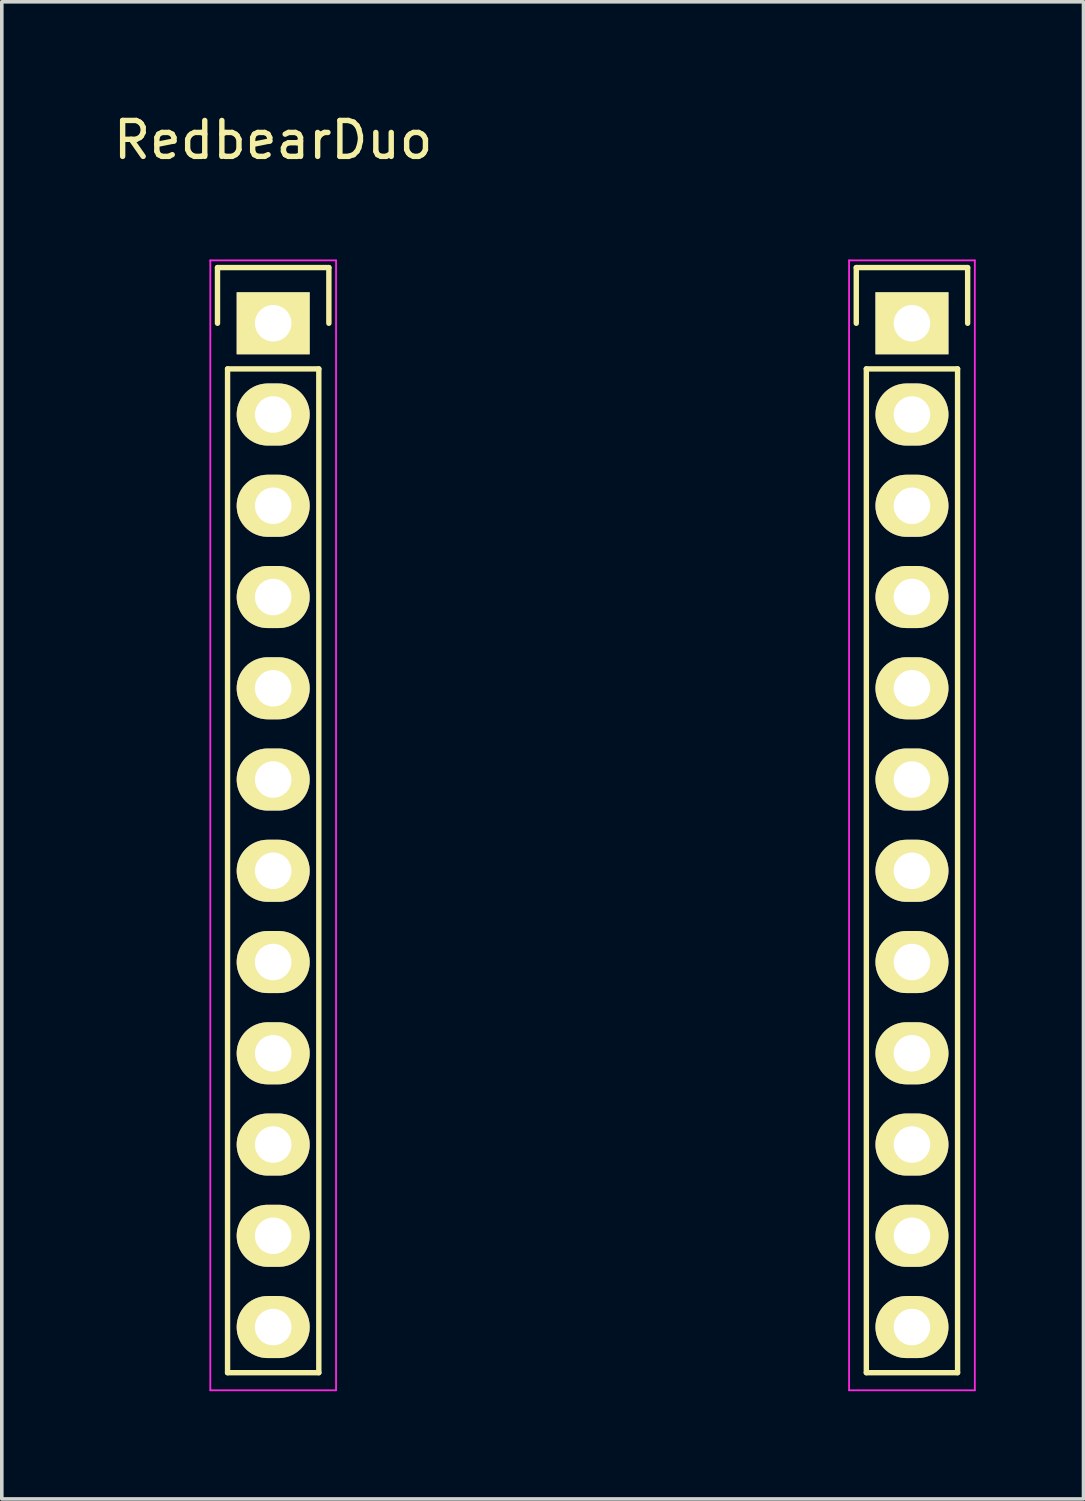
<source format=kicad_pcb>
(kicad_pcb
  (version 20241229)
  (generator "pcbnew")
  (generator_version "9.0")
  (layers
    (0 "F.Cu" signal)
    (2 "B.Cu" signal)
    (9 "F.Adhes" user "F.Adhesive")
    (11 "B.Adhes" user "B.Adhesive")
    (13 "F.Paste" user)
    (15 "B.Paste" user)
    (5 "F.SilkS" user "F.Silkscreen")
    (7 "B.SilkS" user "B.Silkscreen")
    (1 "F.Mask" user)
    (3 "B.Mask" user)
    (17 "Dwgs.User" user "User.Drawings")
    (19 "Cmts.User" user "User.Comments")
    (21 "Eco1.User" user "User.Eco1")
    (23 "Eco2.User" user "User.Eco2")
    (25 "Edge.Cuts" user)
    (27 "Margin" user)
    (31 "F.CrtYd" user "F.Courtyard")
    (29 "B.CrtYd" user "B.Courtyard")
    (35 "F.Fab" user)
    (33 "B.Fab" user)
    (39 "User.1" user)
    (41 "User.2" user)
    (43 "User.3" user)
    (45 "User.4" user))
  (footprint "RedbearDuo"
    (layer "F.Cu")
    (at 4.554 5.948)
    (property "Reference" "RedbearDuo" (at 0 -5.1 0) (layer "F.SilkS") (effects (font (size 1 1) (thickness 0.15))))
    (attr through_hole)
    (fp_line (start -1.55 -1.55) (end 1.55 -1.55) (stroke (width 0.15) (type solid)) (layer "F.SilkS"))
    (fp_line (start -1.55 0) (end -1.55 -1.55) (stroke (width 0.15) (type solid)) (layer "F.SilkS"))
    (fp_line (start -1.27 29.21) (end -1.27 1.27) (stroke (width 0.15) (type solid)) (layer "F.SilkS"))
    (fp_line (start 1.27 1.27) (end -1.27 1.27) (stroke (width 0.15) (type solid)) (layer "F.SilkS"))
    (fp_line (start 1.27 1.27) (end 1.27 29.21) (stroke (width 0.15) (type solid)) (layer "F.SilkS"))
    (fp_line (start 1.27 29.21) (end -1.27 29.21) (stroke (width 0.15) (type solid)) (layer "F.SilkS"))
    (fp_line (start 1.55 -1.55) (end 1.55 0) (stroke (width 0.15) (type solid)) (layer "F.SilkS"))
    (fp_line (start 16.23 -1.55) (end 19.33 -1.55) (stroke (width 0.15) (type solid)) (layer "F.SilkS"))
    (fp_line (start 16.23 0) (end 16.23 -1.55) (stroke (width 0.15) (type solid)) (layer "F.SilkS"))
    (fp_line (start 16.51 29.21) (end 16.51 1.27) (stroke (width 0.15) (type solid)) (layer "F.SilkS"))
    (fp_line (start 19.05 1.27) (end 16.51 1.27) (stroke (width 0.15) (type solid)) (layer "F.SilkS"))
    (fp_line (start 19.05 1.27) (end 19.05 29.21) (stroke (width 0.15) (type solid)) (layer "F.SilkS"))
    (fp_line (start 19.05 29.21) (end 16.51 29.21) (stroke (width 0.15) (type solid)) (layer "F.SilkS"))
    (fp_line (start 19.33 -1.55) (end 19.33 0) (stroke (width 0.15) (type solid)) (layer "F.SilkS"))
    (fp_line (start -1.75 -1.75) (end -1.75 29.7) (stroke (width 0.05) (type solid)) (layer "F.CrtYd"))
    (fp_line (start -1.75 -1.75) (end 1.75 -1.75) (stroke (width 0.05) (type solid)) (layer "F.CrtYd"))
    (fp_line (start -1.75 29.7) (end 1.75 29.7) (stroke (width 0.05) (type solid)) (layer "F.CrtYd"))
    (fp_line (start 1.75 -1.75) (end 1.75 29.7) (stroke (width 0.05) (type solid)) (layer "F.CrtYd"))
    (fp_line (start 16.03 -1.75) (end 16.03 29.7) (stroke (width 0.05) (type solid)) (layer "F.CrtYd"))
    (fp_line (start 16.03 -1.75) (end 19.53 -1.75) (stroke (width 0.05) (type solid)) (layer "F.CrtYd"))
    (fp_line (start 16.03 29.7) (end 19.53 29.7) (stroke (width 0.05) (type solid)) (layer "F.CrtYd"))
    (fp_line (start 19.53 -1.75) (end 19.53 29.7) (stroke (width 0.05) (type solid)) (layer "F.CrtYd"))
    (pad "1" thru_hole rect (at 0 0) (size 2.032 1.727) (drill 1.016) (layers "*.Cu" "*.Mask" "F.SilkS"))
    (pad "2" thru_hole oval (at 0 2.54) (size 2.032 1.727) (drill 1.016) (layers "*.Cu" "*.Mask" "F.SilkS"))
    (pad "3" thru_hole oval (at 0 5.08) (size 2.032 1.727) (drill 1.016) (layers "*.Cu" "*.Mask" "F.SilkS"))
    (pad "4" thru_hole oval (at 0 7.62) (size 2.032 1.727) (drill 1.016) (layers "*.Cu" "*.Mask" "F.SilkS"))
    (pad "5" thru_hole oval (at 0 10.16) (size 2.032 1.727) (drill 1.016) (layers "*.Cu" "*.Mask" "F.SilkS"))
    (pad "6" thru_hole oval (at 0 12.7) (size 2.032 1.727) (drill 1.016) (layers "*.Cu" "*.Mask" "F.SilkS"))
    (pad "7" thru_hole oval (at 0 15.24) (size 2.032 1.727) (drill 1.016) (layers "*.Cu" "*.Mask" "F.SilkS"))
    (pad "8" thru_hole oval (at 0 17.78) (size 2.032 1.727) (drill 1.016) (layers "*.Cu" "*.Mask" "F.SilkS"))
    (pad "9" thru_hole oval (at 0 20.32) (size 2.032 1.727) (drill 1.016) (layers "*.Cu" "*.Mask" "F.SilkS"))
    (pad "10" thru_hole oval (at 0 22.86) (size 2.032 1.727) (drill 1.016) (layers "*.Cu" "*.Mask" "F.SilkS"))
    (pad "11" thru_hole oval (at 0 25.4) (size 2.032 1.727) (drill 1.016) (layers "*.Cu" "*.Mask" "F.SilkS"))
    (pad "12" thru_hole oval (at 0 27.94) (size 2.032 1.727) (drill 1.016) (layers "*.Cu" "*.Mask" "F.SilkS"))
    (pad "13" thru_hole oval (at 17.78 27.94) (size 2.032 1.727) (drill 1.016) (layers "*.Cu" "*.Mask" "F.SilkS"))
    (pad "14" thru_hole oval (at 17.78 25.4) (size 2.032 1.727) (drill 1.016) (layers "*.Cu" "*.Mask" "F.SilkS"))
    (pad "15" thru_hole oval (at 17.78 22.86) (size 2.032 1.727) (drill 1.016) (layers "*.Cu" "*.Mask" "F.SilkS"))
    (pad "16" thru_hole oval (at 17.78 20.32) (size 2.032 1.727) (drill 1.016) (layers "*.Cu" "*.Mask" "F.SilkS"))
    (pad "17" thru_hole oval (at 17.78 17.78) (size 2.032 1.727) (drill 1.016) (layers "*.Cu" "*.Mask" "F.SilkS"))
    (pad "18" thru_hole oval (at 17.78 15.24) (size 2.032 1.727) (drill 1.016) (layers "*.Cu" "*.Mask" "F.SilkS"))
    (pad "19" thru_hole oval (at 17.78 12.7) (size 2.032 1.727) (drill 1.016) (layers "*.Cu" "*.Mask" "F.SilkS"))
    (pad "20" thru_hole oval (at 17.78 10.16) (size 2.032 1.727) (drill 1.016) (layers "*.Cu" "*.Mask" "F.SilkS"))
    (pad "21" thru_hole oval (at 17.78 7.62) (size 2.032 1.727) (drill 1.016) (layers "*.Cu" "*.Mask" "F.SilkS"))
    (pad "22" thru_hole oval (at 17.78 5.08) (size 2.032 1.727) (drill 1.016) (layers "*.Cu" "*.Mask" "F.SilkS"))
    (pad "23" thru_hole oval (at 17.78 2.54) (size 2.032 1.727) (drill 1.016) (layers "*.Cu" "*.Mask" "F.SilkS"))
    (pad "24" thru_hole rect (at 17.78 0) (size 2.032 1.727) (drill 1.016) (layers "*.Cu" "*.Mask" "F.SilkS")))
  (gr_rect
    (start -3 -3)
    (end 27.109 38.673)
    (stroke (width 0.1) (type default))
    (fill no)
    (layer "Edge.Cuts")))
</source>
